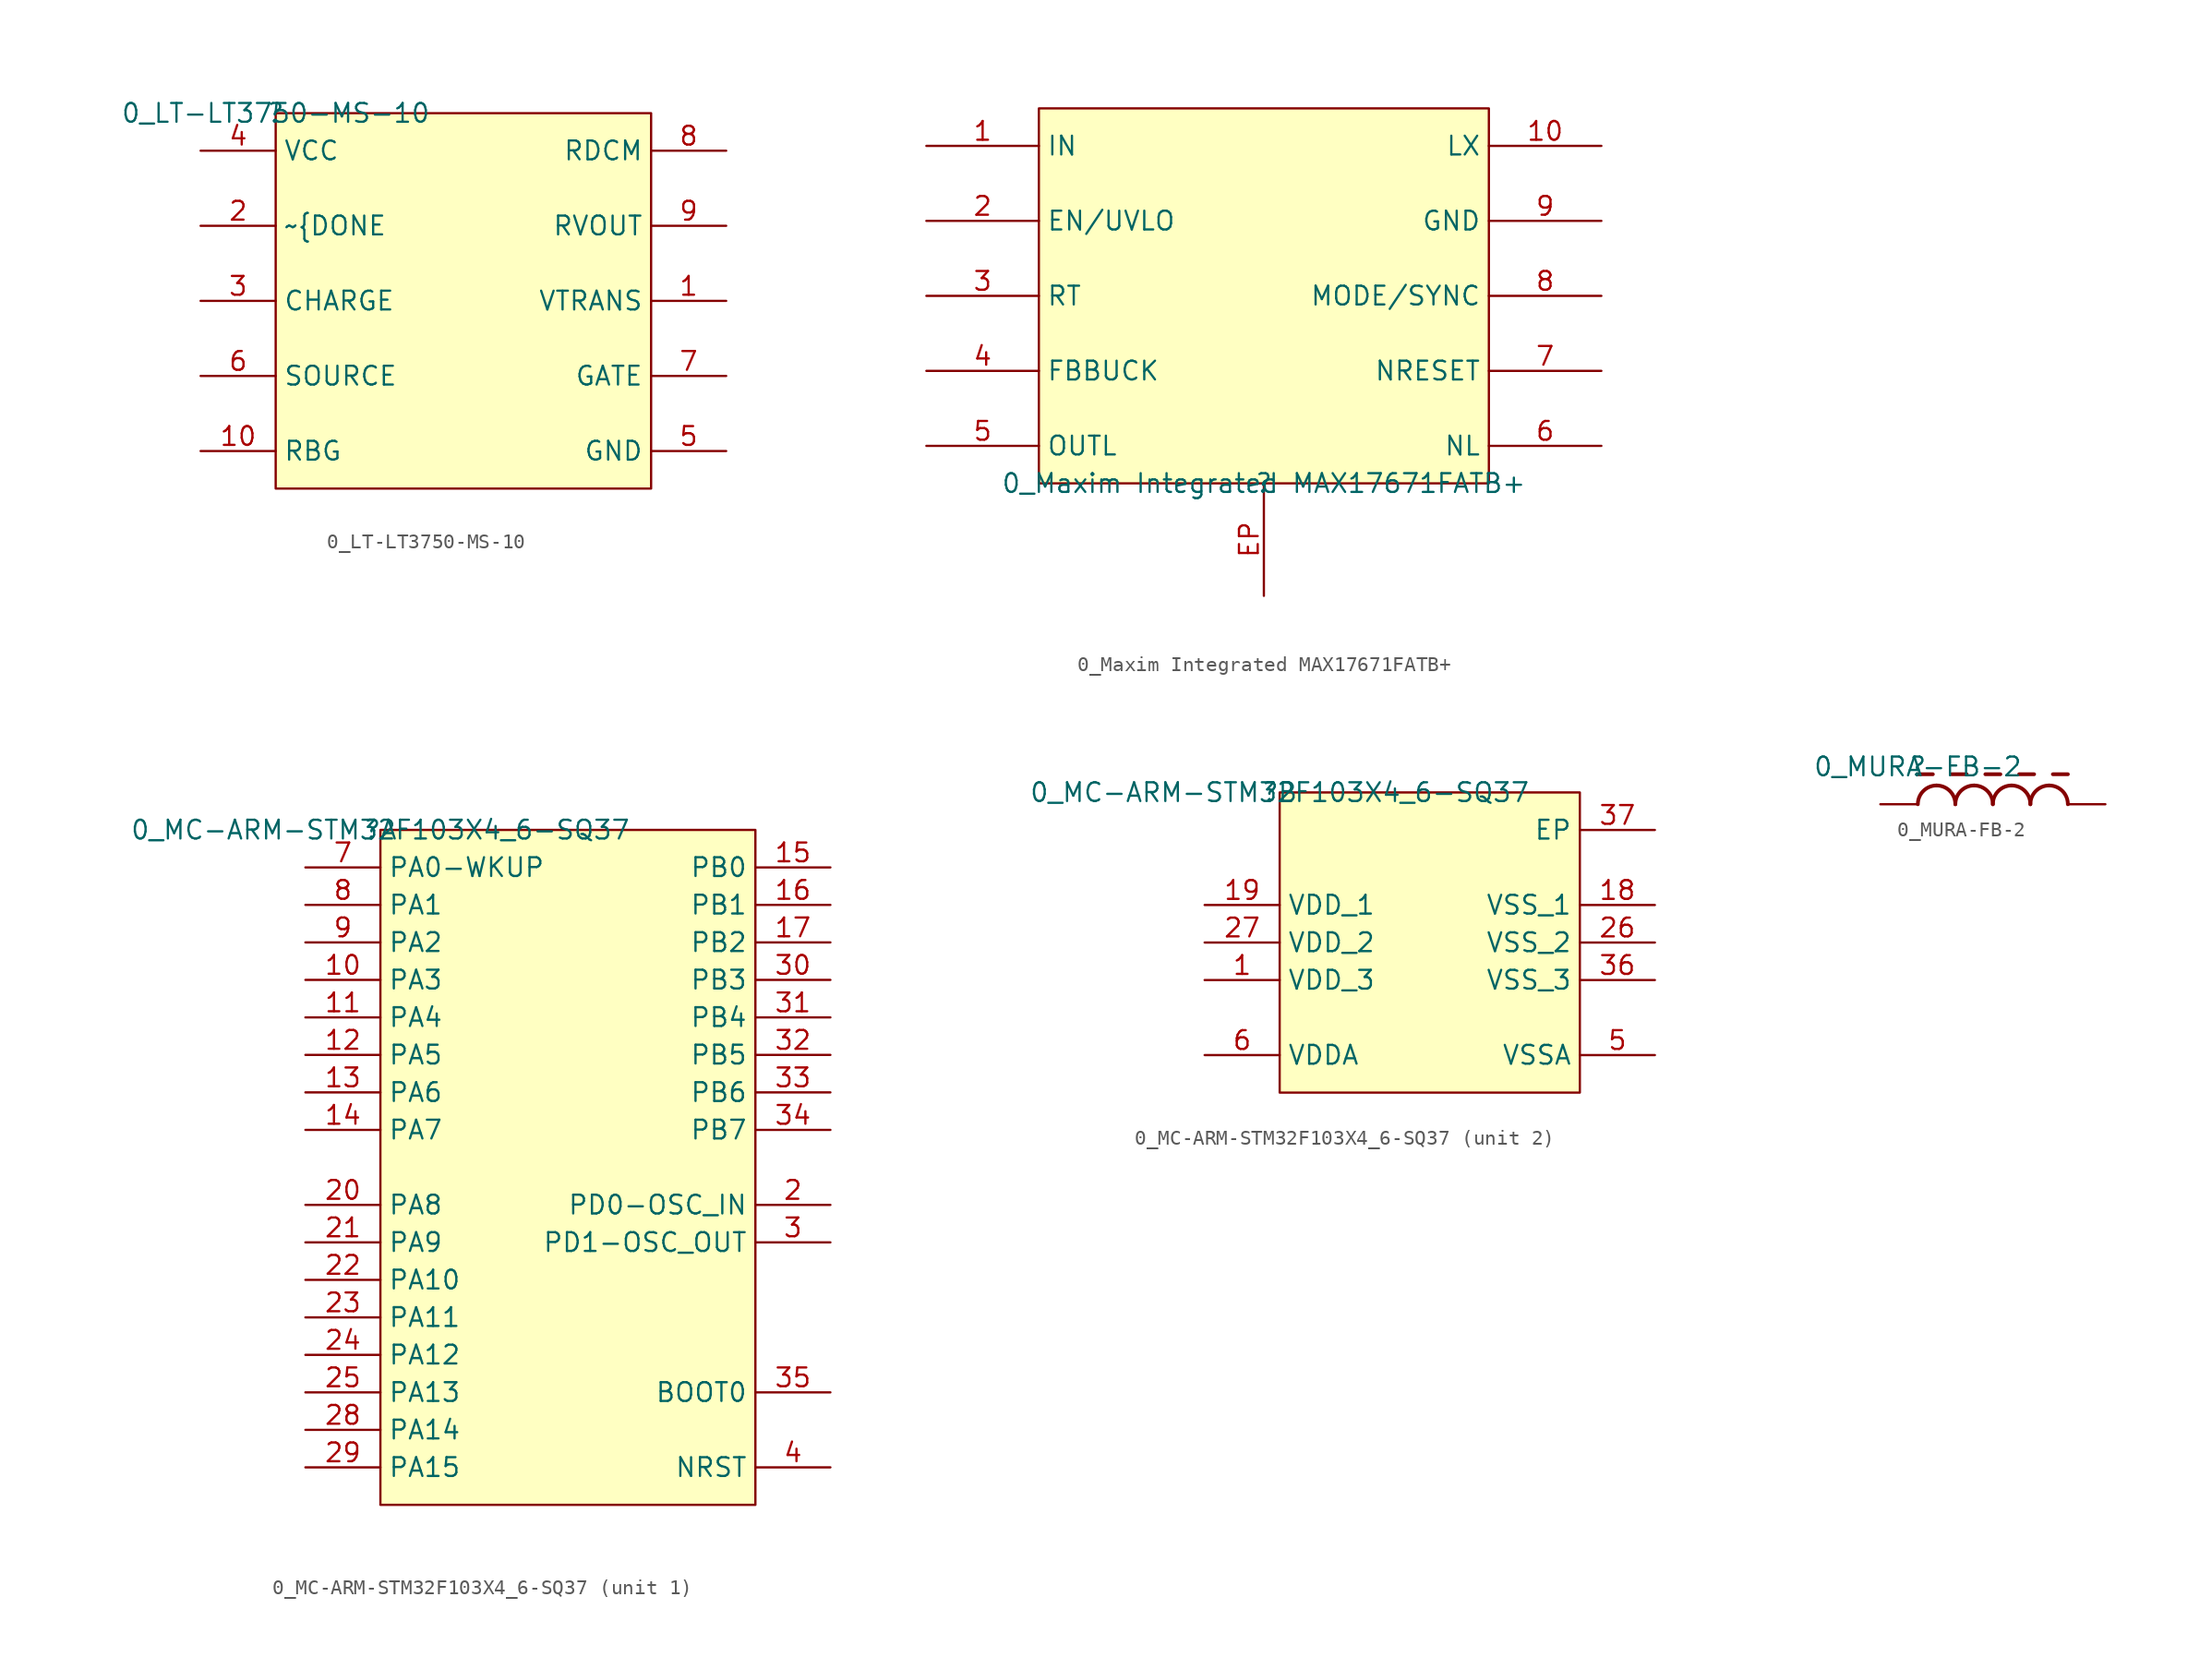
<source format=kicad_sym>
(kicad_symbol_lib
  (version 20211014)
  (generator kicad_symbol_editor)
  (symbol "0_LT-LT3750-MS-10"
    (property "Reference" ""
      (at 0 0 0)
      (effects (font (size 1.27 1.27))))
    (property "Value" "0_LT-LT3750-MS-10"
      (at 0 0 0)
      (effects (font (size 1.27 1.27))))
    (symbol "0_LT-LT3750-MS-10_1_0"
      (rectangle (start 25.4 0) (end 0 -25.4) (stroke (width 0) (type default) (color 0 0 0 0)) (fill (type background)))
      (pin power_in line (at 30.48 -12.7 180) (length 5.08) (name "VTRANS" (effects (font (size 1.27 1.27)))) (number "1" (effects (font (size 1.27 1.27)))))
      (pin input line (at -5.08 -22.86 0) (length 5.08) (name "RBG" (effects (font (size 1.27 1.27)))) (number "10" (effects (font (size 1.27 1.27)))))
      (pin open_collector line (at -5.08 -7.62 0) (length 5.08) (name "~{DONE" (effects (font (size 1.27 1.27)))) (number "2" (effects (font (size 1.27 1.27)))))
      (pin input line (at -5.08 -12.7 0) (length 5.08) (name "CHARGE" (effects (font (size 1.27 1.27)))) (number "3" (effects (font (size 1.27 1.27)))))
      (pin power_in line (at -5.08 -2.54 0) (length 5.08) (name "VCC" (effects (font (size 1.27 1.27)))) (number "4" (effects (font (size 1.27 1.27)))))
      (pin power_in line (at 30.48 -22.86 180) (length 5.08) (name "GND" (effects (font (size 1.27 1.27)))) (number "5" (effects (font (size 1.27 1.27)))))
      (pin input line (at -5.08 -17.78 0) (length 5.08) (name "SOURCE" (effects (font (size 1.27 1.27)))) (number "6" (effects (font (size 1.27 1.27)))))
      (pin output line (at 30.48 -17.78 180) (length 5.08) (name "GATE" (effects (font (size 1.27 1.27)))) (number "7" (effects (font (size 1.27 1.27)))))
      (pin input line (at 30.48 -2.54 180) (length 5.08) (name "RDCM" (effects (font (size 1.27 1.27)))) (number "8" (effects (font (size 1.27 1.27)))))
      (pin input line (at 30.48 -7.62 180) (length 5.08) (name "RVOUT" (effects (font (size 1.27 1.27)))) (number "9" (effects (font (size 1.27 1.27)))))))
  (symbol "0_Maxim Integrated MAX17671FATB+"
    (property "Reference" ""
      (at 0 0 0)
      (effects (font (size 1.27 1.27))))
    (property "Value" "0_Maxim Integrated MAX17671FATB+"
      (at 0 0 0)
      (effects (font (size 1.27 1.27))))
    (symbol "0_Maxim Integrated MAX17671FATB+_1_0"
      (rectangle (start 15.24 25.4) (end -15.24 0) (stroke (width 0) (type default) (color 0 0 0 0)) (fill (type background)))
      (pin passive line (at -22.86 22.86 0) (length 7.62) (name "IN" (effects (font (size 1.27 1.27)))) (number "1" (effects (font (size 1.27 1.27)))))
      (pin passive line (at 22.86 22.86 180) (length 7.62) (name "LX" (effects (font (size 1.27 1.27)))) (number "10" (effects (font (size 1.27 1.27)))))
      (pin passive line (at -22.86 17.78 0) (length 7.62) (name "EN/UVLO" (effects (font (size 1.27 1.27)))) (number "2" (effects (font (size 1.27 1.27)))))
      (pin passive line (at -22.86 12.7 0) (length 7.62) (name "RT" (effects (font (size 1.27 1.27)))) (number "3" (effects (font (size 1.27 1.27)))))
      (pin passive line (at -22.86 7.62 0) (length 7.62) (name "FBBUCK" (effects (font (size 1.27 1.27)))) (number "4" (effects (font (size 1.27 1.27)))))
      (pin passive line (at -22.86 2.54 0) (length 7.62) (name "OUTL" (effects (font (size 1.27 1.27)))) (number "5" (effects (font (size 1.27 1.27)))))
      (pin passive line (at 22.86 2.54 180) (length 7.62) (name "NL" (effects (font (size 1.27 1.27)))) (number "6" (effects (font (size 1.27 1.27)))))
      (pin passive line (at 22.86 7.62 180) (length 7.62) (name "NRESET" (effects (font (size 1.27 1.27)))) (number "7" (effects (font (size 1.27 1.27)))))
      (pin passive line (at 22.86 12.7 180) (length 7.62) (name "MODE/SYNC" (effects (font (size 1.27 1.27)))) (number "8" (effects (font (size 1.27 1.27)))))
      (pin passive line (at 22.86 17.78 180) (length 7.62) (name "GND" (effects (font (size 1.27 1.27)))) (number "9" (effects (font (size 1.27 1.27)))))
      (pin passive line (at 0 -7.62 90) (length 7.62) (name "EP" (effects (font (size 0 0)))) (number "EP" (effects (font (size 1.27 1.27)))))))
  (symbol "0_MC-ARM-STM32F103X4_6-SQ37"
    (property "Reference" ""
      (at 0 0 0)
      (effects (font (size 1.27 1.27))))
    (property "Value" "0_MC-ARM-STM32F103X4_6-SQ37"
      (at 0 0 0)
      (effects (font (size 1.27 1.27))))
    (symbol "0_MC-ARM-STM32F103X4_6-SQ37_1_0"
      (rectangle (start 25.4 0) (end 0 -45.72) (stroke (width 0) (type default) (color 0 0 0 0)) (fill (type background)))
      (pin bidirectional line (at -5.08 -10.16 0) (length 5.08) (name "PA3" (effects (font (size 1.27 1.27)))) (number "10" (effects (font (size 1.27 1.27)))))
      (pin bidirectional line (at -5.08 -12.7 0) (length 5.08) (name "PA4" (effects (font (size 1.27 1.27)))) (number "11" (effects (font (size 1.27 1.27)))))
      (pin bidirectional line (at -5.08 -15.24 0) (length 5.08) (name "PA5" (effects (font (size 1.27 1.27)))) (number "12" (effects (font (size 1.27 1.27)))))
      (pin bidirectional line (at -5.08 -17.78 0) (length 5.08) (name "PA6" (effects (font (size 1.27 1.27)))) (number "13" (effects (font (size 1.27 1.27)))))
      (pin bidirectional line (at -5.08 -20.32 0) (length 5.08) (name "PA7" (effects (font (size 1.27 1.27)))) (number "14" (effects (font (size 1.27 1.27)))))
      (pin bidirectional line (at 30.48 -2.54 180) (length 5.08) (name "PB0" (effects (font (size 1.27 1.27)))) (number "15" (effects (font (size 1.27 1.27)))))
      (pin bidirectional line (at 30.48 -5.08 180) (length 5.08) (name "PB1" (effects (font (size 1.27 1.27)))) (number "16" (effects (font (size 1.27 1.27)))))
      (pin bidirectional line (at 30.48 -7.62 180) (length 5.08) (name "PB2" (effects (font (size 1.27 1.27)))) (number "17" (effects (font (size 1.27 1.27)))))
      (pin bidirectional line (at 30.48 -25.4 180) (length 5.08) (name "PD0-OSC_IN" (effects (font (size 1.27 1.27)))) (number "2" (effects (font (size 1.27 1.27)))))
      (pin bidirectional line (at -5.08 -25.4 0) (length 5.08) (name "PA8" (effects (font (size 1.27 1.27)))) (number "20" (effects (font (size 1.27 1.27)))))
      (pin bidirectional line (at -5.08 -27.94 0) (length 5.08) (name "PA9" (effects (font (size 1.27 1.27)))) (number "21" (effects (font (size 1.27 1.27)))))
      (pin bidirectional line (at -5.08 -30.48 0) (length 5.08) (name "PA10" (effects (font (size 1.27 1.27)))) (number "22" (effects (font (size 1.27 1.27)))))
      (pin bidirectional line (at -5.08 -33.02 0) (length 5.08) (name "PA11" (effects (font (size 1.27 1.27)))) (number "23" (effects (font (size 1.27 1.27)))))
      (pin bidirectional line (at -5.08 -35.56 0) (length 5.08) (name "PA12" (effects (font (size 1.27 1.27)))) (number "24" (effects (font (size 1.27 1.27)))))
      (pin bidirectional line (at -5.08 -38.1 0) (length 5.08) (name "PA13" (effects (font (size 1.27 1.27)))) (number "25" (effects (font (size 1.27 1.27)))))
      (pin bidirectional line (at -5.08 -40.64 0) (length 5.08) (name "PA14" (effects (font (size 1.27 1.27)))) (number "28" (effects (font (size 1.27 1.27)))))
      (pin bidirectional line (at -5.08 -43.18 0) (length 5.08) (name "PA15" (effects (font (size 1.27 1.27)))) (number "29" (effects (font (size 1.27 1.27)))))
      (pin bidirectional line (at 30.48 -27.94 180) (length 5.08) (name "PD1-OSC_OUT" (effects (font (size 1.27 1.27)))) (number "3" (effects (font (size 1.27 1.27)))))
      (pin bidirectional line (at 30.48 -10.16 180) (length 5.08) (name "PB3" (effects (font (size 1.27 1.27)))) (number "30" (effects (font (size 1.27 1.27)))))
      (pin bidirectional line (at 30.48 -12.7 180) (length 5.08) (name "PB4" (effects (font (size 1.27 1.27)))) (number "31" (effects (font (size 1.27 1.27)))))
      (pin bidirectional line (at 30.48 -15.24 180) (length 5.08) (name "PB5" (effects (font (size 1.27 1.27)))) (number "32" (effects (font (size 1.27 1.27)))))
      (pin bidirectional line (at 30.48 -17.78 180) (length 5.08) (name "PB6" (effects (font (size 1.27 1.27)))) (number "33" (effects (font (size 1.27 1.27)))))
      (pin bidirectional line (at 30.48 -20.32 180) (length 5.08) (name "PB7" (effects (font (size 1.27 1.27)))) (number "34" (effects (font (size 1.27 1.27)))))
      (pin input line (at 30.48 -38.1 180) (length 5.08) (name "BOOT0" (effects (font (size 1.27 1.27)))) (number "35" (effects (font (size 1.27 1.27)))))
      (pin bidirectional line (at 30.48 -43.18 180) (length 5.08) (name "NRST" (effects (font (size 1.27 1.27)))) (number "4" (effects (font (size 1.27 1.27)))))
      (pin bidirectional line (at -5.08 -2.54 0) (length 5.08) (name "PA0-WKUP" (effects (font (size 1.27 1.27)))) (number "7" (effects (font (size 1.27 1.27)))))
      (pin bidirectional line (at -5.08 -5.08 0) (length 5.08) (name "PA1" (effects (font (size 1.27 1.27)))) (number "8" (effects (font (size 1.27 1.27)))))
      (pin bidirectional line (at -5.08 -7.62 0) (length 5.08) (name "PA2" (effects (font (size 1.27 1.27)))) (number "9" (effects (font (size 1.27 1.27))))))
    (symbol "0_MC-ARM-STM32F103X4_6-SQ37_2_0"
      (rectangle (start 20.32 0) (end 0 -20.32) (stroke (width 0) (type default) (color 0 0 0 0)) (fill (type background)))
      (pin power_in line (at -5.08 -12.7 0) (length 5.08) (name "VDD_3" (effects (font (size 1.27 1.27)))) (number "1" (effects (font (size 1.27 1.27)))))
      (pin power_in line (at 25.4 -7.62 180) (length 5.08) (name "VSS_1" (effects (font (size 1.27 1.27)))) (number "18" (effects (font (size 1.27 1.27)))))
      (pin power_in line (at -5.08 -7.62 0) (length 5.08) (name "VDD_1" (effects (font (size 1.27 1.27)))) (number "19" (effects (font (size 1.27 1.27)))))
      (pin power_in line (at 25.4 -10.16 180) (length 5.08) (name "VSS_2" (effects (font (size 1.27 1.27)))) (number "26" (effects (font (size 1.27 1.27)))))
      (pin power_in line (at -5.08 -10.16 0) (length 5.08) (name "VDD_2" (effects (font (size 1.27 1.27)))) (number "27" (effects (font (size 1.27 1.27)))))
      (pin power_in line (at 25.4 -12.7 180) (length 5.08) (name "VSS_3" (effects (font (size 1.27 1.27)))) (number "36" (effects (font (size 1.27 1.27)))))
      (pin power_in line (at 25.4 -2.54 180) (length 5.08) (name "EP" (effects (font (size 1.27 1.27)))) (number "37" (effects (font (size 1.27 1.27)))))
      (pin power_in line (at 25.4 -17.78 180) (length 5.08) (name "VSSA" (effects (font (size 1.27 1.27)))) (number "5" (effects (font (size 1.27 1.27)))))
      (pin power_in line (at -5.08 -17.78 0) (length 5.08) (name "VDDA" (effects (font (size 1.27 1.27)))) (number "6" (effects (font (size 1.27 1.27)))))))
  (symbol "0_MURA-FB-2"
    (property "Reference" ""
      (at 0 0 0)
      (effects (font (size 1.27 1.27))))
    (property "Value" "0_MURA-FB-2"
      (at 0 0 0)
      (effects (font (size 1.27 1.27))))
    (symbol "0_MURA-FB-2_1_0"
      (polyline (pts (xy 0 -0.508) (xy 1.016 -0.508)) (stroke (width 0.254) (type default) (color 0 0 0 0)) (fill (type none)))
      (polyline (pts (xy 2.286 -0.508) (xy 3.302 -0.508)) (stroke (width 0.254) (type default) (color 0 0 0 0)) (fill (type none)))
      (polyline (pts (xy 4.572 -0.508) (xy 5.588 -0.508)) (stroke (width 0.254) (type default) (color 0 0 0 0)) (fill (type none)))
      (polyline (pts (xy 6.858 -0.508) (xy 7.874 -0.508)) (stroke (width 0.254) (type default) (color 0 0 0 0)) (fill (type none)))
      (polyline (pts (xy 9.144 -0.508) (xy 10.16 -0.508)) (stroke (width 0.254) (type default) (color 0 0 0 0)) (fill (type none)))
      (arc (start 1.27 -1.27) (mid 0.372 -1.642) (end 0 -2.54) (stroke (width 0.254) (type default) (color 0 0 0 0)) (fill (type none)))
      (arc (start 2.54 -2.54) (mid 2.168 -1.642) (end 1.27 -1.27) (stroke (width 0.254) (type default) (color 0 0 0 0)) (fill (type none)))
      (arc (start 3.81 -1.27) (mid 2.912 -1.642) (end 2.54 -2.54) (stroke (width 0.254) (type default) (color 0 0 0 0)) (fill (type none)))
      (arc (start 5.08 -2.54) (mid 4.708 -1.642) (end 3.81 -1.27) (stroke (width 0.254) (type default) (color 0 0 0 0)) (fill (type none)))
      (arc (start 6.35 -1.27) (mid 5.452 -1.642) (end 5.08 -2.54) (stroke (width 0.254) (type default) (color 0 0 0 0)) (fill (type none)))
      (arc (start 7.62 -2.54) (mid 7.248 -1.642) (end 6.35 -1.27) (stroke (width 0.254) (type default) (color 0 0 0 0)) (fill (type none)))
      (arc (start 8.89 -1.27) (mid 7.992 -1.642) (end 7.62 -2.54) (stroke (width 0.254) (type default) (color 0 0 0 0)) (fill (type none)))
      (arc (start 10.16 -2.54) (mid 9.788 -1.642) (end 8.89 -1.27) (stroke (width 0.254) (type default) (color 0 0 0 0)) (fill (type none)))
      (pin passive line (at -2.54 -2.54 0) (length 2.54) (name "1" (effects (font (size 0 0)))) (number "1" (effects (font (size 0 0)))))
      (pin passive line (at 12.7 -2.54 180) (length 2.54) (name "2" (effects (font (size 0 0)))) (number "2" (effects (font (size 0 0))))))))
</source>
